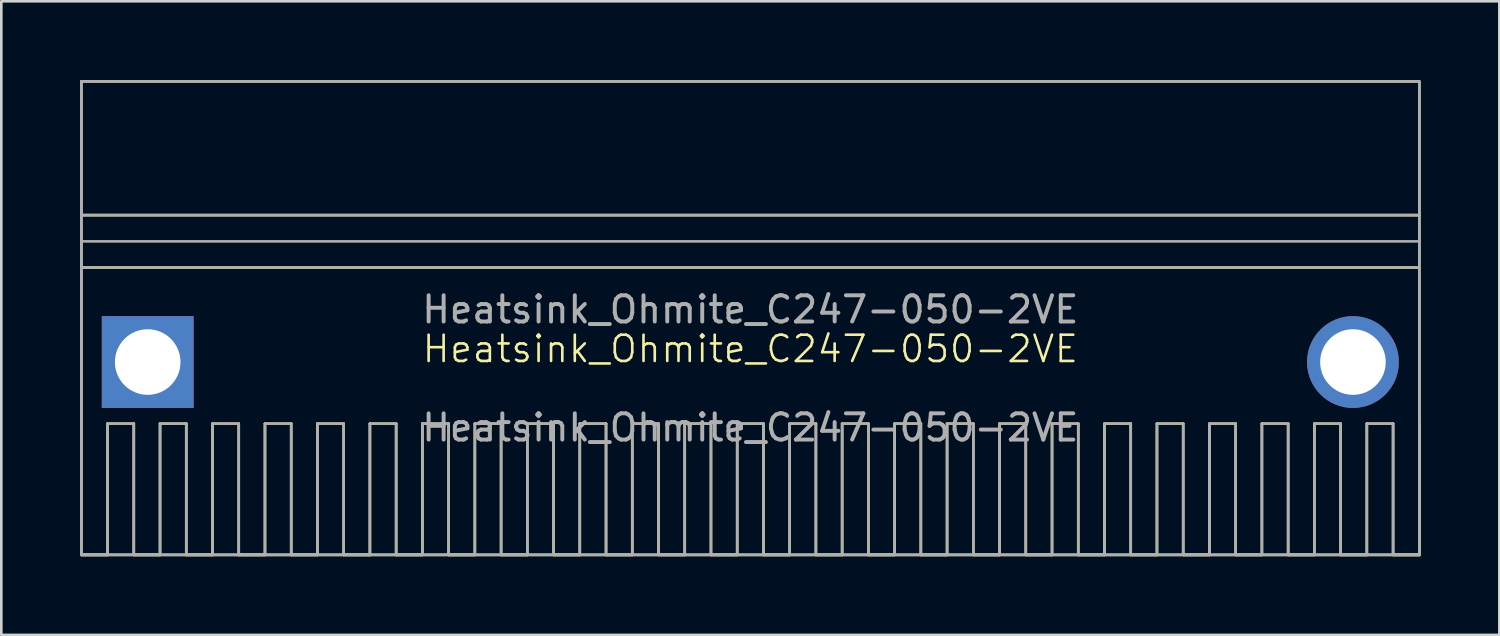
<source format=kicad_pcb>
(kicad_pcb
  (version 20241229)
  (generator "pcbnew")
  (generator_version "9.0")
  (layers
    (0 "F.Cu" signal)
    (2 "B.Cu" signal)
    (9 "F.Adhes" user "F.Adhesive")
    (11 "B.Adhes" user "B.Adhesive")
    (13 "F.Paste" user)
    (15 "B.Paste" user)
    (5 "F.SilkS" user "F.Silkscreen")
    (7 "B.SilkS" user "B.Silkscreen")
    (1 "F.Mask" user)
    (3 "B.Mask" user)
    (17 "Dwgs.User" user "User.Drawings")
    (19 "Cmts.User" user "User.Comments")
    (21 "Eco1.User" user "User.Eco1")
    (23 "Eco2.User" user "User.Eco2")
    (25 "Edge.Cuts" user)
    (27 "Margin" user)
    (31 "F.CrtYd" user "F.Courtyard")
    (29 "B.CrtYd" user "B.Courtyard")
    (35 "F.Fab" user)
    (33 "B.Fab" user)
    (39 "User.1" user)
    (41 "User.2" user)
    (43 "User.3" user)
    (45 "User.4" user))
  (footprint "Heatsink_Ohmite_C247-050-2VE"
    (layer "F.Cu")
    (at 25.55 10.75)
    (property "Reference" "Heatsink_Ohmite_C247-050-2VE" (at 0 -0.5 0) (unlocked yes) (layer "F.SilkS") (effects (font (size 1 1) (thickness 0.1))))
    (attr through_hole)
    (fp_line (start -25.5 -5.6) (end 25.5 -5.6) (stroke (width 0.1) (type default)) (layer "F.SilkS"))
    (fp_line (start -25.5 -3.6) (end 25.5 -3.6) (stroke (width 0.1) (type default)) (layer "F.SilkS"))
    (fp_line (start -25.5 7.35) (end -24.5 7.35) (stroke (width 0.1) (type default)) (layer "F.SilkS"))
    (fp_line (start -24.5 2.35) (end -23.5 2.35) (stroke (width 0.1) (type default)) (layer "F.SilkS"))
    (fp_line (start -24.5 7.35) (end -24.5 2.35) (stroke (width 0.1) (type default)) (layer "F.SilkS"))
    (fp_line (start -23.5 2.35) (end -23.5 7.35) (stroke (width 0.1) (type default)) (layer "F.SilkS"))
    (fp_line (start -23.5 7.35) (end -22.5 7.35) (stroke (width 0.1) (type default)) (layer "F.SilkS"))
    (fp_line (start -22.5 2.35) (end -21.5 2.35) (stroke (width 0.1) (type default)) (layer "F.SilkS"))
    (fp_line (start -22.5 7.35) (end -22.5 2.35) (stroke (width 0.1) (type default)) (layer "F.SilkS"))
    (fp_line (start -21.5 2.35) (end -21.5 7.35) (stroke (width 0.1) (type default)) (layer "F.SilkS"))
    (fp_line (start -21.5 7.35) (end -20.5 7.35) (stroke (width 0.1) (type default)) (layer "F.SilkS"))
    (fp_line (start -20.5 2.35) (end -19.5 2.35) (stroke (width 0.1) (type default)) (layer "F.SilkS"))
    (fp_line (start -20.5 7.35) (end -20.5 2.35) (stroke (width 0.1) (type default)) (layer "F.SilkS"))
    (fp_line (start -19.5 2.35) (end -19.5 7.35) (stroke (width 0.1) (type default)) (layer "F.SilkS"))
    (fp_line (start -19.5 7.35) (end -18.5 7.35) (stroke (width 0.1) (type default)) (layer "F.SilkS"))
    (fp_line (start -18.5 2.35) (end -17.5 2.35) (stroke (width 0.1) (type default)) (layer "F.SilkS"))
    (fp_line (start -18.5 7.35) (end -18.5 2.35) (stroke (width 0.1) (type default)) (layer "F.SilkS"))
    (fp_line (start -17.5 2.35) (end -17.5 7.35) (stroke (width 0.1) (type default)) (layer "F.SilkS"))
    (fp_line (start -17.5 7.35) (end -16.5 7.35) (stroke (width 0.1) (type default)) (layer "F.SilkS"))
    (fp_line (start -16.5 2.35) (end -15.5 2.35) (stroke (width 0.1) (type default)) (layer "F.SilkS"))
    (fp_line (start -16.5 7.35) (end -16.5 2.35) (stroke (width 0.1) (type default)) (layer "F.SilkS"))
    (fp_line (start -15.5 2.35) (end -15.5 7.35) (stroke (width 0.1) (type default)) (layer "F.SilkS"))
    (fp_line (start -15.5 7.35) (end -14.5 7.35) (stroke (width 0.1) (type default)) (layer "F.SilkS"))
    (fp_line (start -14.5 2.35) (end -13.5 2.35) (stroke (width 0.1) (type default)) (layer "F.SilkS"))
    (fp_line (start -14.5 7.35) (end -14.5 2.35) (stroke (width 0.1) (type default)) (layer "F.SilkS"))
    (fp_line (start -13.5 2.35) (end -13.5 7.35) (stroke (width 0.1) (type default)) (layer "F.SilkS"))
    (fp_line (start -13.5 7.35) (end -12.5 7.35) (stroke (width 0.1) (type default)) (layer "F.SilkS"))
    (fp_line (start -12.5 2.35) (end -11.5 2.35) (stroke (width 0.1) (type default)) (layer "F.SilkS"))
    (fp_line (start -12.5 7.35) (end -12.5 2.35) (stroke (width 0.1) (type default)) (layer "F.SilkS"))
    (fp_line (start -11.5 2.35) (end -11.5 7.35) (stroke (width 0.1) (type default)) (layer "F.SilkS"))
    (fp_line (start -11.5 7.35) (end -10.5 7.35) (stroke (width 0.1) (type default)) (layer "F.SilkS"))
    (fp_line (start -10.5 2.35) (end -9.5 2.35) (stroke (width 0.1) (type default)) (layer "F.SilkS"))
    (fp_line (start -10.5 7.35) (end -10.5 2.35) (stroke (width 0.1) (type default)) (layer "F.SilkS"))
    (fp_line (start -9.5 2.35) (end -9.5 7.35) (stroke (width 0.1) (type default)) (layer "F.SilkS"))
    (fp_line (start -9.5 7.35) (end -8.5 7.35) (stroke (width 0.1) (type default)) (layer "F.SilkS"))
    (fp_line (start -8.5 2.35) (end -7.5 2.35) (stroke (width 0.1) (type default)) (layer "F.SilkS"))
    (fp_line (start -8.5 7.35) (end -8.5 2.35) (stroke (width 0.1) (type default)) (layer "F.SilkS"))
    (fp_line (start -7.5 2.35) (end -7.5 7.35) (stroke (width 0.1) (type default)) (layer "F.SilkS"))
    (fp_line (start -7.5 7.35) (end -6.5 7.35) (stroke (width 0.1) (type default)) (layer "F.SilkS"))
    (fp_line (start -6.5 2.35) (end -5.5 2.35) (stroke (width 0.1) (type default)) (layer "F.SilkS"))
    (fp_line (start -6.5 7.35) (end -6.5 2.35) (stroke (width 0.1) (type default)) (layer "F.SilkS"))
    (fp_line (start -5.5 2.35) (end -5.5 7.35) (stroke (width 0.1) (type default)) (layer "F.SilkS"))
    (fp_line (start -5.5 7.35) (end -4.5 7.35) (stroke (width 0.1) (type default)) (layer "F.SilkS"))
    (fp_line (start -4.5 2.35) (end -3.5 2.35) (stroke (width 0.1) (type default)) (layer "F.SilkS"))
    (fp_line (start -4.5 7.35) (end -4.5 2.35) (stroke (width 0.1) (type default)) (layer "F.SilkS"))
    (fp_line (start -3.5 2.35) (end -3.5 7.35) (stroke (width 0.1) (type default)) (layer "F.SilkS"))
    (fp_line (start -3.5 7.35) (end -2.5 7.35) (stroke (width 0.1) (type default)) (layer "F.SilkS"))
    (fp_line (start -2.5 2.35) (end -1.5 2.35) (stroke (width 0.1) (type default)) (layer "F.SilkS"))
    (fp_line (start -2.5 7.35) (end -2.5 2.35) (stroke (width 0.1) (type default)) (layer "F.SilkS"))
    (fp_line (start -1.5 2.35) (end -1.5 7.35) (stroke (width 0.1) (type default)) (layer "F.SilkS"))
    (fp_line (start -1.5 7.35) (end -0.5 7.35) (stroke (width 0.1) (type default)) (layer "F.SilkS"))
    (fp_line (start -0.5 2.35) (end 0.5 2.35) (stroke (width 0.1) (type default)) (layer "F.SilkS"))
    (fp_line (start -0.5 7.35) (end -0.5 2.35) (stroke (width 0.1) (type default)) (layer "F.SilkS"))
    (fp_line (start 0.5 2.35) (end 0.5 7.35) (stroke (width 0.1) (type default)) (layer "F.SilkS"))
    (fp_line (start 0.5 7.35) (end 1.5 7.35) (stroke (width 0.1) (type default)) (layer "F.SilkS"))
    (fp_line (start 1.5 2.35) (end 2.5 2.35) (stroke (width 0.1) (type default)) (layer "F.SilkS"))
    (fp_line (start 1.5 7.35) (end 1.5 2.35) (stroke (width 0.1) (type default)) (layer "F.SilkS"))
    (fp_line (start 2.5 2.35) (end 2.5 7.35) (stroke (width 0.1) (type default)) (layer "F.SilkS"))
    (fp_line (start 2.5 7.35) (end 3.5 7.35) (stroke (width 0.1) (type default)) (layer "F.SilkS"))
    (fp_line (start 3.5 2.35) (end 4.5 2.35) (stroke (width 0.1) (type default)) (layer "F.SilkS"))
    (fp_line (start 3.5 7.35) (end 3.5 2.35) (stroke (width 0.1) (type default)) (layer "F.SilkS"))
    (fp_line (start 4.5 2.35) (end 4.5 7.35) (stroke (width 0.1) (type default)) (layer "F.SilkS"))
    (fp_line (start 4.5 7.35) (end 5.5 7.35) (stroke (width 0.1) (type default)) (layer "F.SilkS"))
    (fp_line (start 5.5 2.35) (end 6.5 2.35) (stroke (width 0.1) (type default)) (layer "F.SilkS"))
    (fp_line (start 5.5 7.35) (end 5.5 2.35) (stroke (width 0.1) (type default)) (layer "F.SilkS"))
    (fp_line (start 6.5 2.35) (end 6.5 7.35) (stroke (width 0.1) (type default)) (layer "F.SilkS"))
    (fp_line (start 6.5 7.35) (end 7.5 7.35) (stroke (width 0.1) (type default)) (layer "F.SilkS"))
    (fp_line (start 7.5 2.35) (end 8.5 2.35) (stroke (width 0.1) (type default)) (layer "F.SilkS"))
    (fp_line (start 7.5 7.35) (end 7.5 2.35) (stroke (width 0.1) (type default)) (layer "F.SilkS"))
    (fp_line (start 8.5 2.35) (end 8.5 7.35) (stroke (width 0.1) (type default)) (layer "F.SilkS"))
    (fp_line (start 8.5 7.35) (end 9.5 7.35) (stroke (width 0.1) (type default)) (layer "F.SilkS"))
    (fp_line (start 9.5 2.35) (end 10.5 2.35) (stroke (width 0.1) (type default)) (layer "F.SilkS"))
    (fp_line (start 9.5 7.35) (end 9.5 2.35) (stroke (width 0.1) (type default)) (layer "F.SilkS"))
    (fp_line (start 10.5 2.35) (end 10.5 7.35) (stroke (width 0.1) (type default)) (layer "F.SilkS"))
    (fp_line (start 10.5 7.35) (end 11.5 7.35) (stroke (width 0.1) (type default)) (layer "F.SilkS"))
    (fp_line (start 11.5 2.35) (end 12.5 2.35) (stroke (width 0.1) (type default)) (layer "F.SilkS"))
    (fp_line (start 11.5 7.35) (end 11.5 2.35) (stroke (width 0.1) (type default)) (layer "F.SilkS"))
    (fp_line (start 12.5 2.35) (end 12.5 7.35) (stroke (width 0.1) (type default)) (layer "F.SilkS"))
    (fp_line (start 12.5 7.35) (end 13.5 7.35) (stroke (width 0.1) (type default)) (layer "F.SilkS"))
    (fp_line (start 13.5 2.35) (end 14.5 2.35) (stroke (width 0.1) (type default)) (layer "F.SilkS"))
    (fp_line (start 13.5 7.35) (end 13.5 2.35) (stroke (width 0.1) (type default)) (layer "F.SilkS"))
    (fp_line (start 14.5 2.35) (end 14.5 7.35) (stroke (width 0.1) (type default)) (layer "F.SilkS"))
    (fp_line (start 14.5 7.35) (end 15.5 7.35) (stroke (width 0.1) (type default)) (layer "F.SilkS"))
    (fp_line (start 15.5 2.35) (end 16.5 2.35) (stroke (width 0.1) (type default)) (layer "F.SilkS"))
    (fp_line (start 15.5 7.35) (end 15.5 2.35) (stroke (width 0.1) (type default)) (layer "F.SilkS"))
    (fp_line (start 16.5 2.35) (end 16.5 7.35) (stroke (width 0.1) (type default)) (layer "F.SilkS"))
    (fp_line (start 16.5 7.35) (end 17.5 7.35) (stroke (width 0.1) (type default)) (layer "F.SilkS"))
    (fp_line (start 17.5 2.35) (end 18.5 2.35) (stroke (width 0.1) (type default)) (layer "F.SilkS"))
    (fp_line (start 17.5 7.35) (end 17.5 2.35) (stroke (width 0.1) (type default)) (layer "F.SilkS"))
    (fp_line (start 18.5 2.35) (end 18.5 7.35) (stroke (width 0.1) (type default)) (layer "F.SilkS"))
    (fp_line (start 18.5 7.35) (end 19.5 7.35) (stroke (width 0.1) (type default)) (layer "F.SilkS"))
    (fp_line (start 19.5 2.35) (end 20.5 2.35) (stroke (width 0.1) (type default)) (layer "F.SilkS"))
    (fp_line (start 19.5 7.35) (end 19.5 2.35) (stroke (width 0.1) (type default)) (layer "F.SilkS"))
    (fp_line (start 20.5 2.35) (end 20.5 7.35) (stroke (width 0.1) (type default)) (layer "F.SilkS"))
    (fp_line (start 20.5 7.35) (end 21.5 7.35) (stroke (width 0.1) (type default)) (layer "F.SilkS"))
    (fp_line (start 21.5 2.35) (end 22.5 2.35) (stroke (width 0.1) (type default)) (layer "F.SilkS"))
    (fp_line (start 21.5 7.35) (end 21.5 2.35) (stroke (width 0.1) (type default)) (layer "F.SilkS"))
    (fp_line (start 22.5 2.35) (end 22.5 7.35) (stroke (width 0.1) (type default)) (layer "F.SilkS"))
    (fp_line (start 22.5 7.35) (end 23.5 7.35) (stroke (width 0.1) (type default)) (layer "F.SilkS"))
    (fp_line (start 23.5 2.35) (end 24.5 2.35) (stroke (width 0.1) (type default)) (layer "F.SilkS"))
    (fp_line (start 23.5 7.35) (end 23.5 2.35) (stroke (width 0.1) (type default)) (layer "F.SilkS"))
    (fp_line (start 24.5 2.35) (end 24.5 7.35) (stroke (width 0.1) (type default)) (layer "F.SilkS"))
    (fp_line (start 24.5 7.35) (end 25.5 7.35) (stroke (width 0.1) (type default)) (layer "F.SilkS"))
    (fp_line (start 25.5 7.35) (end 25.5 2.35) (stroke (width 0.1) (type default)) (layer "F.SilkS"))
    (fp_rect (start -25.5 -10.7) (end 25.5 7.35) (stroke (width 0.1) (type default)) (fill no) (layer "F.SilkS"))
    (fp_line (start -25.5 -5.6) (end 25.5 -5.6) (stroke (width 0.1) (type default)) (layer "F.Fab"))
    (fp_line (start -25.5 -4.6) (end 25.5 -4.6) (stroke (width 0.1) (type default)) (layer "F.Fab"))
    (fp_line (start -25.5 -3.6) (end 25.5 -3.6) (stroke (width 0.1) (type default)) (layer "F.Fab"))
    (fp_line (start -25.5 7.35) (end -24.5 7.35) (stroke (width 0.1) (type default)) (layer "F.Fab"))
    (fp_line (start -24.5 2.35) (end -23.5 2.35) (stroke (width 0.1) (type default)) (layer "F.Fab"))
    (fp_line (start -24.5 7.35) (end -24.5 2.35) (stroke (width 0.1) (type default)) (layer "F.Fab"))
    (fp_line (start -23.5 2.35) (end -23.5 7.35) (stroke (width 0.1) (type default)) (layer "F.Fab"))
    (fp_line (start -23.5 7.35) (end -22.5 7.35) (stroke (width 0.1) (type default)) (layer "F.Fab"))
    (fp_line (start -22.5 2.35) (end -21.5 2.35) (stroke (width 0.1) (type default)) (layer "F.Fab"))
    (fp_line (start -22.5 7.35) (end -22.5 2.35) (stroke (width 0.1) (type default)) (layer "F.Fab"))
    (fp_line (start -21.5 2.35) (end -21.5 7.35) (stroke (width 0.1) (type default)) (layer "F.Fab"))
    (fp_line (start -21.5 7.35) (end -20.5 7.35) (stroke (width 0.1) (type default)) (layer "F.Fab"))
    (fp_line (start -20.5 2.35) (end -19.5 2.35) (stroke (width 0.1) (type default)) (layer "F.Fab"))
    (fp_line (start -20.5 7.35) (end -20.5 2.35) (stroke (width 0.1) (type default)) (layer "F.Fab"))
    (fp_line (start -19.5 2.35) (end -19.5 7.35) (stroke (width 0.1) (type default)) (layer "F.Fab"))
    (fp_line (start -19.5 7.35) (end -18.5 7.35) (stroke (width 0.1) (type default)) (layer "F.Fab"))
    (fp_line (start -18.5 2.35) (end -17.5 2.35) (stroke (width 0.1) (type default)) (layer "F.Fab"))
    (fp_line (start -18.5 7.35) (end -18.5 2.35) (stroke (width 0.1) (type default)) (layer "F.Fab"))
    (fp_line (start -17.5 2.35) (end -17.5 7.35) (stroke (width 0.1) (type default)) (layer "F.Fab"))
    (fp_line (start -17.5 7.35) (end -16.5 7.35) (stroke (width 0.1) (type default)) (layer "F.Fab"))
    (fp_line (start -16.5 2.35) (end -15.5 2.35) (stroke (width 0.1) (type default)) (layer "F.Fab"))
    (fp_line (start -16.5 7.35) (end -16.5 2.35) (stroke (width 0.1) (type default)) (layer "F.Fab"))
    (fp_line (start -15.5 2.35) (end -15.5 7.35) (stroke (width 0.1) (type default)) (layer "F.Fab"))
    (fp_line (start -15.5 7.35) (end -14.5 7.35) (stroke (width 0.1) (type default)) (layer "F.Fab"))
    (fp_line (start -14.5 2.35) (end -13.5 2.35) (stroke (width 0.1) (type default)) (layer "F.Fab"))
    (fp_line (start -14.5 7.35) (end -14.5 2.35) (stroke (width 0.1) (type default)) (layer "F.Fab"))
    (fp_line (start -13.5 2.35) (end -13.5 7.35) (stroke (width 0.1) (type default)) (layer "F.Fab"))
    (fp_line (start -13.5 7.35) (end -12.5 7.35) (stroke (width 0.1) (type default)) (layer "F.Fab"))
    (fp_line (start -12.5 2.35) (end -11.5 2.35) (stroke (width 0.1) (type default)) (layer "F.Fab"))
    (fp_line (start -12.5 7.35) (end -12.5 2.35) (stroke (width 0.1) (type default)) (layer "F.Fab"))
    (fp_line (start -11.5 2.35) (end -11.5 7.35) (stroke (width 0.1) (type default)) (layer "F.Fab"))
    (fp_line (start -11.5 7.35) (end -10.5 7.35) (stroke (width 0.1) (type default)) (layer "F.Fab"))
    (fp_line (start -10.5 2.35) (end -9.5 2.35) (stroke (width 0.1) (type default)) (layer "F.Fab"))
    (fp_line (start -10.5 7.35) (end -10.5 2.35) (stroke (width 0.1) (type default)) (layer "F.Fab"))
    (fp_line (start -9.5 2.35) (end -9.5 7.35) (stroke (width 0.1) (type default)) (layer "F.Fab"))
    (fp_line (start -9.5 7.35) (end -8.5 7.35) (stroke (width 0.1) (type default)) (layer "F.Fab"))
    (fp_line (start -8.5 2.35) (end -7.5 2.35) (stroke (width 0.1) (type default)) (layer "F.Fab"))
    (fp_line (start -8.5 7.35) (end -8.5 2.35) (stroke (width 0.1) (type default)) (layer "F.Fab"))
    (fp_line (start -7.5 2.35) (end -7.5 7.35) (stroke (width 0.1) (type default)) (layer "F.Fab"))
    (fp_line (start -7.5 7.35) (end -6.5 7.35) (stroke (width 0.1) (type default)) (layer "F.Fab"))
    (fp_line (start -6.5 2.35) (end -5.5 2.35) (stroke (width 0.1) (type default)) (layer "F.Fab"))
    (fp_line (start -6.5 7.35) (end -6.5 2.35) (stroke (width 0.1) (type default)) (layer "F.Fab"))
    (fp_line (start -5.5 2.35) (end -5.5 7.35) (stroke (width 0.1) (type default)) (layer "F.Fab"))
    (fp_line (start -5.5 7.35) (end -4.5 7.35) (stroke (width 0.1) (type default)) (layer "F.Fab"))
    (fp_line (start -4.5 2.35) (end -3.5 2.35) (stroke (width 0.1) (type default)) (layer "F.Fab"))
    (fp_line (start -4.5 7.35) (end -4.5 2.35) (stroke (width 0.1) (type default)) (layer "F.Fab"))
    (fp_line (start -3.5 2.35) (end -3.5 7.35) (stroke (width 0.1) (type default)) (layer "F.Fab"))
    (fp_line (start -3.5 7.35) (end -2.5 7.35) (stroke (width 0.1) (type default)) (layer "F.Fab"))
    (fp_line (start -2.5 2.35) (end -1.5 2.35) (stroke (width 0.1) (type default)) (layer "F.Fab"))
    (fp_line (start -2.5 7.35) (end -2.5 2.35) (stroke (width 0.1) (type default)) (layer "F.Fab"))
    (fp_line (start -1.5 2.35) (end -1.5 7.35) (stroke (width 0.1) (type default)) (layer "F.Fab"))
    (fp_line (start -1.5 7.35) (end -0.5 7.35) (stroke (width 0.1) (type default)) (layer "F.Fab"))
    (fp_line (start -0.5 2.35) (end 0.5 2.35) (stroke (width 0.1) (type default)) (layer "F.Fab"))
    (fp_line (start -0.5 7.35) (end -0.5 2.35) (stroke (width 0.1) (type default)) (layer "F.Fab"))
    (fp_line (start 0.5 2.35) (end 0.5 7.35) (stroke (width 0.1) (type default)) (layer "F.Fab"))
    (fp_line (start 0.5 7.35) (end 1.5 7.35) (stroke (width 0.1) (type default)) (layer "F.Fab"))
    (fp_line (start 1.5 2.35) (end 2.5 2.35) (stroke (width 0.1) (type default)) (layer "F.Fab"))
    (fp_line (start 1.5 7.35) (end 1.5 2.35) (stroke (width 0.1) (type default)) (layer "F.Fab"))
    (fp_line (start 2.5 2.35) (end 2.5 7.35) (stroke (width 0.1) (type default)) (layer "F.Fab"))
    (fp_line (start 2.5 7.35) (end 3.5 7.35) (stroke (width 0.1) (type default)) (layer "F.Fab"))
    (fp_line (start 3.5 2.35) (end 4.5 2.35) (stroke (width 0.1) (type default)) (layer "F.Fab"))
    (fp_line (start 3.5 7.35) (end 3.5 2.35) (stroke (width 0.1) (type default)) (layer "F.Fab"))
    (fp_line (start 4.5 2.35) (end 4.5 7.35) (stroke (width 0.1) (type default)) (layer "F.Fab"))
    (fp_line (start 4.5 7.35) (end 5.5 7.35) (stroke (width 0.1) (type default)) (layer "F.Fab"))
    (fp_line (start 5.5 2.35) (end 6.5 2.35) (stroke (width 0.1) (type default)) (layer "F.Fab"))
    (fp_line (start 5.5 7.35) (end 5.5 2.35) (stroke (width 0.1) (type default)) (layer "F.Fab"))
    (fp_line (start 6.5 2.35) (end 6.5 7.35) (stroke (width 0.1) (type default)) (layer "F.Fab"))
    (fp_line (start 6.5 7.35) (end 7.5 7.35) (stroke (width 0.1) (type default)) (layer "F.Fab"))
    (fp_line (start 7.5 2.35) (end 8.5 2.35) (stroke (width 0.1) (type default)) (layer "F.Fab"))
    (fp_line (start 7.5 7.35) (end 7.5 2.35) (stroke (width 0.1) (type default)) (layer "F.Fab"))
    (fp_line (start 8.5 2.35) (end 8.5 7.35) (stroke (width 0.1) (type default)) (layer "F.Fab"))
    (fp_line (start 8.5 7.35) (end 9.5 7.35) (stroke (width 0.1) (type default)) (layer "F.Fab"))
    (fp_line (start 9.5 2.35) (end 10.5 2.35) (stroke (width 0.1) (type default)) (layer "F.Fab"))
    (fp_line (start 9.5 7.35) (end 9.5 2.35) (stroke (width 0.1) (type default)) (layer "F.Fab"))
    (fp_line (start 10.5 2.35) (end 10.5 7.35) (stroke (width 0.1) (type default)) (layer "F.Fab"))
    (fp_line (start 10.5 7.35) (end 11.5 7.35) (stroke (width 0.1) (type default)) (layer "F.Fab"))
    (fp_line (start 11.5 2.35) (end 12.5 2.35) (stroke (width 0.1) (type default)) (layer "F.Fab"))
    (fp_line (start 11.5 7.35) (end 11.5 2.35) (stroke (width 0.1) (type default)) (layer "F.Fab"))
    (fp_line (start 12.5 2.35) (end 12.5 7.35) (stroke (width 0.1) (type default)) (layer "F.Fab"))
    (fp_line (start 12.5 7.35) (end 13.5 7.35) (stroke (width 0.1) (type default)) (layer "F.Fab"))
    (fp_line (start 13.5 2.35) (end 14.5 2.35) (stroke (width 0.1) (type default)) (layer "F.Fab"))
    (fp_line (start 13.5 7.35) (end 13.5 2.35) (stroke (width 0.1) (type default)) (layer "F.Fab"))
    (fp_line (start 14.5 2.35) (end 14.5 7.35) (stroke (width 0.1) (type default)) (layer "F.Fab"))
    (fp_line (start 14.5 7.35) (end 15.5 7.35) (stroke (width 0.1) (type default)) (layer "F.Fab"))
    (fp_line (start 15.5 2.35) (end 16.5 2.35) (stroke (width 0.1) (type default)) (layer "F.Fab"))
    (fp_line (start 15.5 7.35) (end 15.5 2.35) (stroke (width 0.1) (type default)) (layer "F.Fab"))
    (fp_line (start 16.5 2.35) (end 16.5 7.35) (stroke (width 0.1) (type default)) (layer "F.Fab"))
    (fp_line (start 16.5 7.35) (end 17.5 7.35) (stroke (width 0.1) (type default)) (layer "F.Fab"))
    (fp_line (start 17.5 2.35) (end 18.5 2.35) (stroke (width 0.1) (type default)) (layer "F.Fab"))
    (fp_line (start 17.5 7.35) (end 17.5 2.35) (stroke (width 0.1) (type default)) (layer "F.Fab"))
    (fp_line (start 18.5 2.35) (end 18.5 7.35) (stroke (width 0.1) (type default)) (layer "F.Fab"))
    (fp_line (start 18.5 7.35) (end 19.5 7.35) (stroke (width 0.1) (type default)) (layer "F.Fab"))
    (fp_line (start 19.5 2.35) (end 20.5 2.35) (stroke (width 0.1) (type default)) (layer "F.Fab"))
    (fp_line (start 19.5 7.35) (end 19.5 2.35) (stroke (width 0.1) (type default)) (layer "F.Fab"))
    (fp_line (start 20.5 2.35) (end 20.5 7.35) (stroke (width 0.1) (type default)) (layer "F.Fab"))
    (fp_line (start 20.5 7.35) (end 21.5 7.35) (stroke (width 0.1) (type default)) (layer "F.Fab"))
    (fp_line (start 21.5 2.35) (end 22.5 2.35) (stroke (width 0.1) (type default)) (layer "F.Fab"))
    (fp_line (start 21.5 7.35) (end 21.5 2.35) (stroke (width 0.1) (type default)) (layer "F.Fab"))
    (fp_line (start 22.5 2.35) (end 22.5 7.35) (stroke (width 0.1) (type default)) (layer "F.Fab"))
    (fp_line (start 22.5 7.35) (end 23.5 7.35) (stroke (width 0.1) (type default)) (layer "F.Fab"))
    (fp_line (start 23.5 2.35) (end 24.5 2.35) (stroke (width 0.1) (type default)) (layer "F.Fab"))
    (fp_line (start 23.5 7.35) (end 23.5 2.35) (stroke (width 0.1) (type default)) (layer "F.Fab"))
    (fp_line (start 24.5 2.35) (end 24.5 7.35) (stroke (width 0.1) (type default)) (layer "F.Fab"))
    (fp_line (start 24.5 7.35) (end 25.5 7.35) (stroke (width 0.1) (type default)) (layer "F.Fab"))
    (fp_line (start 25.5 7.35) (end 25.5 2.35) (stroke (width 0.1) (type default)) (layer "F.Fab"))
    (fp_rect (start -25.5 -10.7) (end 25.5 7.35) (stroke (width 0.1) (type default)) (fill no) (layer "F.Fab"))
    (fp_text user "${REFERENCE}" (at 0 -2 0) (unlocked yes) (layer "F.Fab") (effects (font (size 1 1) (thickness 0.15))))
    (fp_text user "${REFERENCE}" (at 0 2.5 0) (unlocked yes) (layer "F.Fab") (effects (font (size 1 1) (thickness 0.15))))
    (pad "1" thru_hole rect (at -22.97 0) (size 3.5 3.5) (drill 2.5) (layers "*.Cu" "*.Mask"))
    (pad "2" thru_hole circle (at 22.97 0) (size 3.5 3.5) (drill 2.5) (layers "*.Cu" "*.Mask")))
  (gr_rect
    (start -3 -3)
    (end 54.1 21.15)
    (stroke (width 0.1) (type default))
    (fill no)
    (layer "Edge.Cuts")))
</source>
